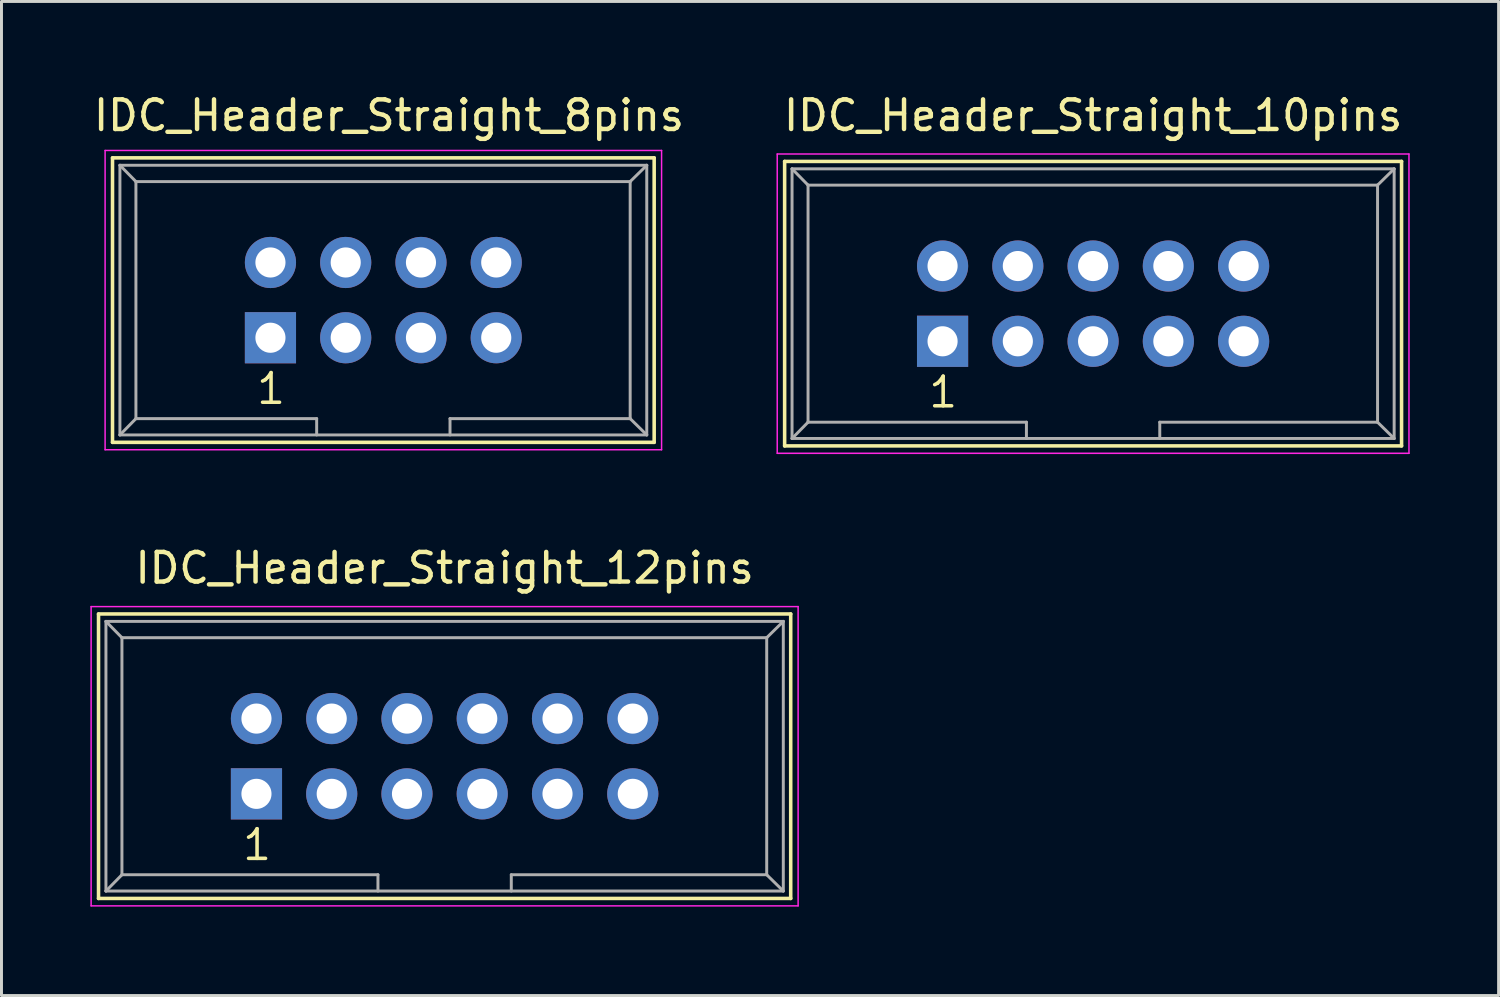
<source format=kicad_pcb>
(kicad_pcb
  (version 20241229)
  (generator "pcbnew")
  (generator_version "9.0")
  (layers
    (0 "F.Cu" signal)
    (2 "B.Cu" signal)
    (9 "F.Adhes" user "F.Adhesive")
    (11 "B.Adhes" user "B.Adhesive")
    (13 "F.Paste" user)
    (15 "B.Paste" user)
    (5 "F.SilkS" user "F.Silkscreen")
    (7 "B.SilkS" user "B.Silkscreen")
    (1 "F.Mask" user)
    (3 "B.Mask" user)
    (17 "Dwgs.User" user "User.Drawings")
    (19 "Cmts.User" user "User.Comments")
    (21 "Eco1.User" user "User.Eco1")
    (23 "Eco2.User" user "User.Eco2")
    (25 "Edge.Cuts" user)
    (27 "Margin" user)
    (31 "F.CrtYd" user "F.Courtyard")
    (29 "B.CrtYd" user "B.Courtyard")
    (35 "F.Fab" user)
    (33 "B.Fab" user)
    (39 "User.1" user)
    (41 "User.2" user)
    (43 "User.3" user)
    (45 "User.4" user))
  (footprint "IDC_Header_Straight_12pins"
    (layer "F.Cu")
    (at 5.605 23.741)
    (property "Reference" "IDC_Header_Straight_12pins" (at 6.35 -7.62 0) (layer "F.SilkS") (effects (font (size 1 1) (thickness 0.15))))
    (attr through_hole)
    (fp_line (start -5.33 -6.07) (end 18.03 -6.07) (stroke (width 0.12) (type solid)) (layer "F.SilkS"))
    (fp_line (start -5.33 3.53) (end -5.33 -6.07) (stroke (width 0.12) (type solid)) (layer "F.SilkS"))
    (fp_line (start 18.03 -6.07) (end 18.03 3.53) (stroke (width 0.12) (type solid)) (layer "F.SilkS"))
    (fp_line (start 18.03 3.53) (end -5.33 3.53) (stroke (width 0.12) (type solid)) (layer "F.SilkS"))
    (fp_line (start -5.58 -6.32) (end 18.28 -6.32) (stroke (width 0.05) (type solid)) (layer "F.CrtYd"))
    (fp_line (start -5.58 3.78) (end -5.58 -6.32) (stroke (width 0.05) (type solid)) (layer "F.CrtYd"))
    (fp_line (start 18.28 -6.32) (end 18.28 3.78) (stroke (width 0.05) (type solid)) (layer "F.CrtYd"))
    (fp_line (start 18.28 3.78) (end -5.58 3.78) (stroke (width 0.05) (type solid)) (layer "F.CrtYd"))
    (fp_line (start -5.08 -5.82) (end -5.08 3.28) (stroke (width 0.1) (type solid)) (layer "F.Fab"))
    (fp_line (start -5.08 -5.82) (end -4.54 -5.27) (stroke (width 0.1) (type solid)) (layer "F.Fab"))
    (fp_line (start -5.08 -5.82) (end 17.78 -5.82) (stroke (width 0.1) (type solid)) (layer "F.Fab"))
    (fp_line (start -5.08 3.28) (end -4.54 2.73) (stroke (width 0.1) (type solid)) (layer "F.Fab"))
    (fp_line (start -5.08 3.28) (end 17.78 3.28) (stroke (width 0.1) (type solid)) (layer "F.Fab"))
    (fp_line (start -4.54 -5.27) (end -4.54 2.73) (stroke (width 0.1) (type solid)) (layer "F.Fab"))
    (fp_line (start -4.54 -5.27) (end 17.22 -5.27) (stroke (width 0.1) (type solid)) (layer "F.Fab"))
    (fp_line (start -4.54 2.73) (end 4.1 2.73) (stroke (width 0.1) (type solid)) (layer "F.Fab"))
    (fp_line (start 4.1 2.73) (end 4.1 3.28) (stroke (width 0.1) (type solid)) (layer "F.Fab"))
    (fp_line (start 8.6 2.73) (end 8.6 3.28) (stroke (width 0.1) (type solid)) (layer "F.Fab"))
    (fp_line (start 8.6 2.73) (end 17.22 2.73) (stroke (width 0.1) (type solid)) (layer "F.Fab"))
    (fp_line (start 17.22 -5.27) (end 17.22 2.73) (stroke (width 0.1) (type solid)) (layer "F.Fab"))
    (fp_line (start 17.78 -5.82) (end 17.22 -5.27) (stroke (width 0.1) (type solid)) (layer "F.Fab"))
    (fp_line (start 17.78 -5.82) (end 17.78 3.28) (stroke (width 0.1) (type solid)) (layer "F.Fab"))
    (fp_line (start 17.78 3.28) (end 17.22 2.73) (stroke (width 0.1) (type solid)) (layer "F.Fab"))
    (fp_text user "1" (at 0.02 1.72 0) (layer "F.SilkS") (effects (font (size 1 1) (thickness 0.12))))
    (pad "1" thru_hole rect (at 0 0) (size 1.727 1.727) (drill 1.016) (layers "*.Cu" "*.Mask"))
    (pad "2" thru_hole oval (at 0 -2.54) (size 1.727 1.727) (drill 1.016) (layers "*.Cu" "*.Mask"))
    (pad "3" thru_hole oval (at 2.54 0) (size 1.727 1.727) (drill 1.016) (layers "*.Cu" "*.Mask"))
    (pad "4" thru_hole oval (at 2.54 -2.54) (size 1.727 1.727) (drill 1.016) (layers "*.Cu" "*.Mask"))
    (pad "5" thru_hole oval (at 5.08 0) (size 1.727 1.727) (drill 1.016) (layers "*.Cu" "*.Mask"))
    (pad "6" thru_hole oval (at 5.08 -2.54) (size 1.727 1.727) (drill 1.016) (layers "*.Cu" "*.Mask"))
    (pad "7" thru_hole oval (at 7.62 0) (size 1.727 1.727) (drill 1.016) (layers "*.Cu" "*.Mask"))
    (pad "8" thru_hole oval (at 7.62 -2.54) (size 1.727 1.727) (drill 1.016) (layers "*.Cu" "*.Mask"))
    (pad "9" thru_hole oval (at 10.16 0) (size 1.727 1.727) (drill 1.016) (layers "*.Cu" "*.Mask"))
    (pad "10" thru_hole oval (at 10.16 -2.54) (size 1.727 1.727) (drill 1.016) (layers "*.Cu" "*.Mask"))
    (pad "11" thru_hole oval (at 12.7 0) (size 1.727 1.727) (drill 1.016) (layers "*.Cu" "*.Mask"))
    (pad "12" thru_hole oval (at 12.7 -2.54) (size 1.727 1.727) (drill 1.016) (layers "*.Cu" "*.Mask")))
  (footprint "IDC_Header_Straight_8pins"
    (layer "F.Cu")
    (at 6.077 8.348)
    (property "Reference" "IDC_Header_Straight_8pins" (at 4 -7.5 0) (layer "F.SilkS") (effects (font (size 1 1) (thickness 0.15))))
    (attr through_hole)
    (fp_line (start -5.33 -6.07) (end 12.95 -6.07) (stroke (width 0.12) (type solid)) (layer "F.SilkS"))
    (fp_line (start -5.33 3.53) (end -5.33 -6.07) (stroke (width 0.12) (type solid)) (layer "F.SilkS"))
    (fp_line (start 12.95 -6.07) (end 12.95 3.53) (stroke (width 0.12) (type solid)) (layer "F.SilkS"))
    (fp_line (start 12.95 3.53) (end -5.33 3.53) (stroke (width 0.12) (type solid)) (layer "F.SilkS"))
    (fp_line (start -5.58 -6.32) (end 13.2 -6.32) (stroke (width 0.05) (type solid)) (layer "F.CrtYd"))
    (fp_line (start -5.58 3.78) (end -5.58 -6.32) (stroke (width 0.05) (type solid)) (layer "F.CrtYd"))
    (fp_line (start 13.2 -6.32) (end 13.2 3.78) (stroke (width 0.05) (type solid)) (layer "F.CrtYd"))
    (fp_line (start 13.2 3.78) (end -5.58 3.78) (stroke (width 0.05) (type solid)) (layer "F.CrtYd"))
    (fp_line (start -5.08 -5.82) (end -5.08 3.28) (stroke (width 0.1) (type solid)) (layer "F.Fab"))
    (fp_line (start -5.08 -5.82) (end -4.54 -5.27) (stroke (width 0.1) (type solid)) (layer "F.Fab"))
    (fp_line (start -5.08 -5.82) (end 12.7 -5.82) (stroke (width 0.1) (type solid)) (layer "F.Fab"))
    (fp_line (start -5.08 3.28) (end -4.54 2.73) (stroke (width 0.1) (type solid)) (layer "F.Fab"))
    (fp_line (start -5.08 3.28) (end 12.7 3.28) (stroke (width 0.1) (type solid)) (layer "F.Fab"))
    (fp_line (start -4.54 -5.27) (end -4.54 2.73) (stroke (width 0.1) (type solid)) (layer "F.Fab"))
    (fp_line (start -4.54 -5.27) (end 12.14 -5.27) (stroke (width 0.1) (type solid)) (layer "F.Fab"))
    (fp_line (start -4.54 2.73) (end 1.56 2.73) (stroke (width 0.1) (type solid)) (layer "F.Fab"))
    (fp_line (start 1.56 2.73) (end 1.56 3.28) (stroke (width 0.1) (type solid)) (layer "F.Fab"))
    (fp_line (start 6.06 2.73) (end 6.06 3.28) (stroke (width 0.1) (type solid)) (layer "F.Fab"))
    (fp_line (start 6.06 2.73) (end 12.14 2.73) (stroke (width 0.1) (type solid)) (layer "F.Fab"))
    (fp_line (start 12.14 -5.27) (end 12.14 2.73) (stroke (width 0.1) (type solid)) (layer "F.Fab"))
    (fp_line (start 12.7 -5.82) (end 12.14 -5.27) (stroke (width 0.1) (type solid)) (layer "F.Fab"))
    (fp_line (start 12.7 -5.82) (end 12.7 3.28) (stroke (width 0.1) (type solid)) (layer "F.Fab"))
    (fp_line (start 12.7 3.28) (end 12.14 2.73) (stroke (width 0.1) (type solid)) (layer "F.Fab"))
    (fp_text user "1" (at 0.02 1.72 0) (layer "F.SilkS") (effects (font (size 1 1) (thickness 0.12))))
    (pad "1" thru_hole rect (at 0 0) (size 1.727 1.727) (drill 1.016) (layers "*.Cu" "*.Mask"))
    (pad "2" thru_hole oval (at 0 -2.54) (size 1.727 1.727) (drill 1.016) (layers "*.Cu" "*.Mask"))
    (pad "3" thru_hole oval (at 2.54 0) (size 1.727 1.727) (drill 1.016) (layers "*.Cu" "*.Mask"))
    (pad "4" thru_hole oval (at 2.54 -2.54) (size 1.727 1.727) (drill 1.016) (layers "*.Cu" "*.Mask"))
    (pad "5" thru_hole oval (at 5.08 0) (size 1.727 1.727) (drill 1.016) (layers "*.Cu" "*.Mask"))
    (pad "6" thru_hole oval (at 5.08 -2.54) (size 1.727 1.727) (drill 1.016) (layers "*.Cu" "*.Mask"))
    (pad "7" thru_hole oval (at 7.62 0) (size 1.727 1.727) (drill 1.016) (layers "*.Cu" "*.Mask"))
    (pad "8" thru_hole oval (at 7.62 -2.54) (size 1.727 1.727) (drill 1.016) (layers "*.Cu" "*.Mask")))
  (footprint "IDC_Header_Straight_10pins"
    (layer "F.Cu")
    (at 28.76 8.468)
    (property "Reference" "IDC_Header_Straight_10pins" (at 5.08 -7.62 0) (layer "F.SilkS") (effects (font (size 1 1) (thickness 0.15))))
    (attr through_hole)
    (fp_line (start -5.33 -6.07) (end 15.49 -6.07) (stroke (width 0.12) (type solid)) (layer "F.SilkS"))
    (fp_line (start -5.33 3.53) (end -5.33 -6.07) (stroke (width 0.12) (type solid)) (layer "F.SilkS"))
    (fp_line (start 15.49 -6.07) (end 15.49 3.53) (stroke (width 0.12) (type solid)) (layer "F.SilkS"))
    (fp_line (start 15.49 3.53) (end -5.33 3.53) (stroke (width 0.12) (type solid)) (layer "F.SilkS"))
    (fp_line (start -5.58 -6.32) (end 15.74 -6.32) (stroke (width 0.05) (type solid)) (layer "F.CrtYd"))
    (fp_line (start -5.58 3.78) (end -5.58 -6.32) (stroke (width 0.05) (type solid)) (layer "F.CrtYd"))
    (fp_line (start 15.74 -6.32) (end 15.74 3.78) (stroke (width 0.05) (type solid)) (layer "F.CrtYd"))
    (fp_line (start 15.74 3.78) (end -5.58 3.78) (stroke (width 0.05) (type solid)) (layer "F.CrtYd"))
    (fp_line (start -5.08 -5.82) (end -5.08 3.28) (stroke (width 0.1) (type solid)) (layer "F.Fab"))
    (fp_line (start -5.08 -5.82) (end -4.54 -5.27) (stroke (width 0.1) (type solid)) (layer "F.Fab"))
    (fp_line (start -5.08 -5.82) (end 15.24 -5.82) (stroke (width 0.1) (type solid)) (layer "F.Fab"))
    (fp_line (start -5.08 3.28) (end -4.54 2.73) (stroke (width 0.1) (type solid)) (layer "F.Fab"))
    (fp_line (start -5.08 3.28) (end 15.24 3.28) (stroke (width 0.1) (type solid)) (layer "F.Fab"))
    (fp_line (start -4.54 -5.27) (end -4.54 2.73) (stroke (width 0.1) (type solid)) (layer "F.Fab"))
    (fp_line (start -4.54 -5.27) (end 14.68 -5.27) (stroke (width 0.1) (type solid)) (layer "F.Fab"))
    (fp_line (start -4.54 2.73) (end 2.83 2.73) (stroke (width 0.1) (type solid)) (layer "F.Fab"))
    (fp_line (start 2.83 2.73) (end 2.83 3.28) (stroke (width 0.1) (type solid)) (layer "F.Fab"))
    (fp_line (start 7.33 2.73) (end 7.33 3.28) (stroke (width 0.1) (type solid)) (layer "F.Fab"))
    (fp_line (start 7.33 2.73) (end 14.68 2.73) (stroke (width 0.1) (type solid)) (layer "F.Fab"))
    (fp_line (start 14.68 -5.27) (end 14.68 2.73) (stroke (width 0.1) (type solid)) (layer "F.Fab"))
    (fp_line (start 15.24 -5.82) (end 14.68 -5.27) (stroke (width 0.1) (type solid)) (layer "F.Fab"))
    (fp_line (start 15.24 -5.82) (end 15.24 3.28) (stroke (width 0.1) (type solid)) (layer "F.Fab"))
    (fp_line (start 15.24 3.28) (end 14.68 2.73) (stroke (width 0.1) (type solid)) (layer "F.Fab"))
    (fp_text user "1" (at 0.02 1.72 0) (layer "F.SilkS") (effects (font (size 1 1) (thickness 0.12))))
    (pad "1" thru_hole rect (at 0 0) (size 1.727 1.727) (drill 1.016) (layers "*.Cu" "*.Mask"))
    (pad "2" thru_hole oval (at 0 -2.54) (size 1.727 1.727) (drill 1.016) (layers "*.Cu" "*.Mask"))
    (pad "3" thru_hole oval (at 2.54 0) (size 1.727 1.727) (drill 1.016) (layers "*.Cu" "*.Mask"))
    (pad "4" thru_hole oval (at 2.54 -2.54) (size 1.727 1.727) (drill 1.016) (layers "*.Cu" "*.Mask"))
    (pad "5" thru_hole oval (at 5.08 0) (size 1.727 1.727) (drill 1.016) (layers "*.Cu" "*.Mask"))
    (pad "6" thru_hole oval (at 5.08 -2.54) (size 1.727 1.727) (drill 1.016) (layers "*.Cu" "*.Mask"))
    (pad "7" thru_hole oval (at 7.62 0) (size 1.727 1.727) (drill 1.016) (layers "*.Cu" "*.Mask"))
    (pad "8" thru_hole oval (at 7.62 -2.54) (size 1.727 1.727) (drill 1.016) (layers "*.Cu" "*.Mask"))
    (pad "9" thru_hole oval (at 10.16 0) (size 1.727 1.727) (drill 1.016) (layers "*.Cu" "*.Mask"))
    (pad "10" thru_hole oval (at 10.16 -2.54) (size 1.727 1.727) (drill 1.016) (layers "*.Cu" "*.Mask")))
  (gr_rect
    (start -3 -3)
    (end 47.525 30.547)
    (stroke (width 0.1) (type default))
    (fill no)
    (layer "Edge.Cuts")))
</source>
